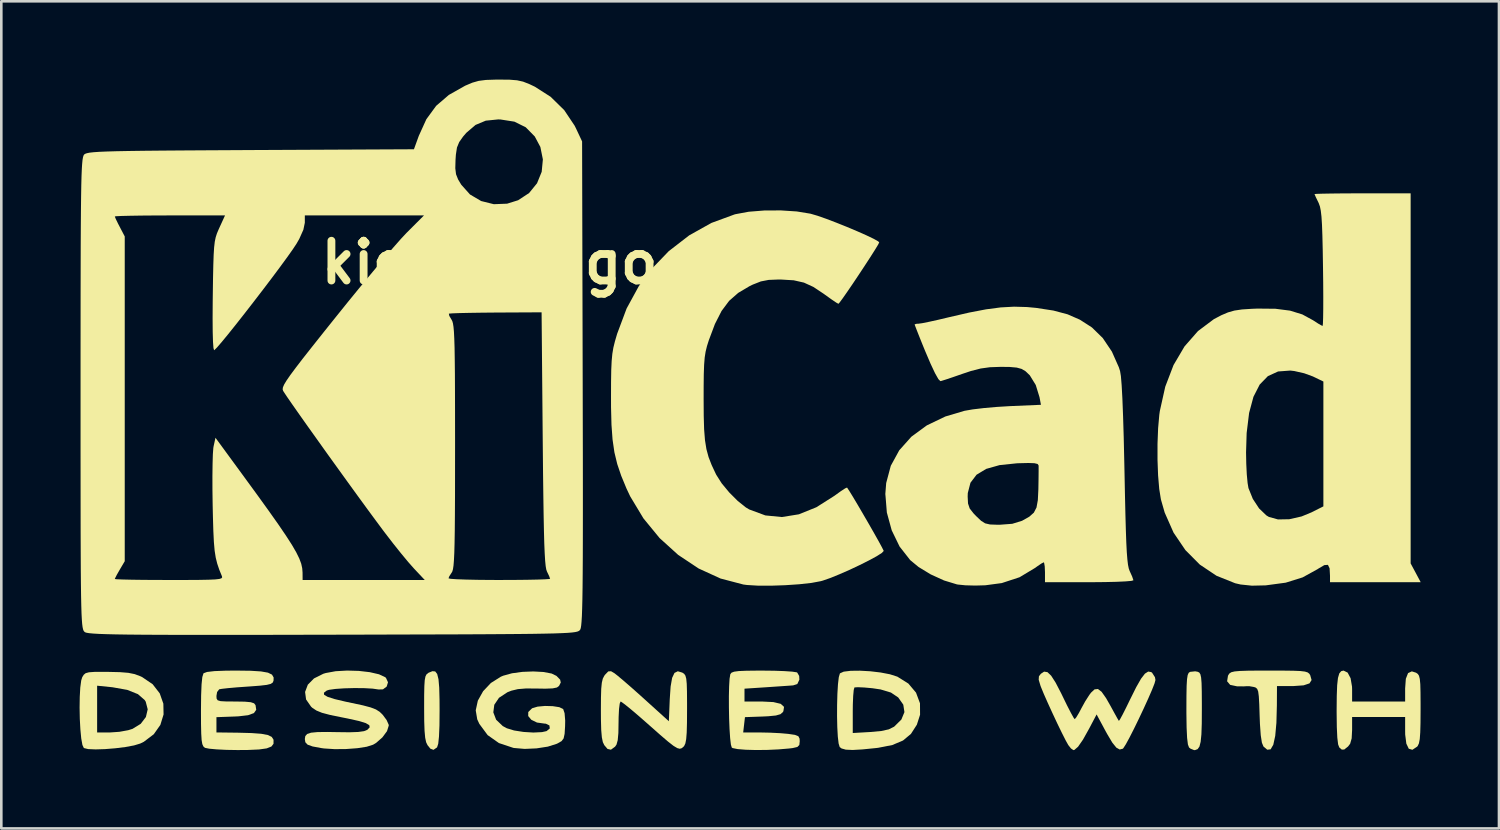
<source format=kicad_pcb>
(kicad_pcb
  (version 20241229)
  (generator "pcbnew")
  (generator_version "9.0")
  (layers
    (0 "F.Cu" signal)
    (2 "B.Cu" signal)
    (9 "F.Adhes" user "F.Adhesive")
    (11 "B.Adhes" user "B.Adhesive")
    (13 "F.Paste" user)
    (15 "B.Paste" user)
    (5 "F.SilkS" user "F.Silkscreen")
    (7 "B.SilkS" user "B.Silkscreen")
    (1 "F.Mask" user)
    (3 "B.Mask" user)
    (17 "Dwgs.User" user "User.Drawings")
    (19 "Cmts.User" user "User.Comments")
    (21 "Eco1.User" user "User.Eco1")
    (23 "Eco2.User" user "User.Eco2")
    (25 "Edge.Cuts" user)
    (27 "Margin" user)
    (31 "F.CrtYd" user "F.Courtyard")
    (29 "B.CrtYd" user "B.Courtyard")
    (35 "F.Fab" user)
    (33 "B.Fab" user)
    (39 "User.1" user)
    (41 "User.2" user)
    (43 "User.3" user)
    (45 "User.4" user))
  (footprint "kicad-logo"
    (layer "F.Cu")
    (at 25.31 12.91)
    (property "Reference" "kicad-logo" (at -9.6 -5.9 0) (layer "F.SilkS") (effects (font (size 1.524 1.524) (thickness 0.3))))
    (attr board_only exclude_from_pos_files exclude_from_bom)
    (fp_poly (pts (xy -11.682 9.77) (xy -11.607 9.867) (xy -11.557 10.068) (xy -11.529 10.392) (xy -11.517 10.855) (xy -11.515 11.254) (xy -11.52 11.839) (xy -11.538 12.265) (xy -11.567 12.54) (xy -11.61 12.675) (xy -11.616 12.683) (xy -11.749 12.774) (xy -11.867 12.73) (xy -11.976 12.596) (xy -12.03 12.484) (xy -12.067 12.31) (xy -12.091 12.047) (xy -12.104 11.668) (xy -12.107 11.16) (xy -12.106 10.675) (xy -12.099 10.331) (xy -12.084 10.102) (xy -12.056 9.96) (xy -12.013 9.878) (xy -11.95 9.828) (xy -11.933 9.818) (xy -11.789 9.76)) (stroke (width 0) (type solid)) (fill yes) (layer "F.SilkS"))
    (fp_poly (pts (xy 17.538 9.783) (xy 17.597 9.813) (xy 17.639 9.879) (xy 17.667 10.004) (xy 17.684 10.214) (xy 17.692 10.534) (xy 17.695 10.988) (xy 17.695 11.207) (xy 17.692 11.767) (xy 17.678 12.18) (xy 17.649 12.466) (xy 17.603 12.648) (xy 17.534 12.746) (xy 17.439 12.783) (xy 17.399 12.785) (xy 17.262 12.73) (xy 17.204 12.683) (xy 17.161 12.568) (xy 17.13 12.317) (xy 17.111 11.919) (xy 17.103 11.364) (xy 17.103 11.21) (xy 17.105 10.692) (xy 17.112 10.319) (xy 17.127 10.066) (xy 17.152 9.909) (xy 17.19 9.824) (xy 17.242 9.786) (xy 17.44 9.765)) (stroke (width 0) (type solid)) (fill yes) (layer "F.SilkS"))
    (fp_poly (pts (xy 20.811 9.738) (xy 21.2 9.743) (xy 21.47 9.754) (xy 21.645 9.775) (xy 21.751 9.808) (xy 21.811 9.856) (xy 21.847 9.911) (xy 21.9 10.099) (xy 21.82 10.227) (xy 21.596 10.302) (xy 21.218 10.329) (xy 21.156 10.329) (xy 20.574 10.329) (xy 20.57 11.07) (xy 20.552 11.738) (xy 20.507 12.239) (xy 20.433 12.578) (xy 20.331 12.754) (xy 20.201 12.769) (xy 20.055 12.645) (xy 19.996 12.499) (xy 19.952 12.215) (xy 19.921 11.781) (xy 19.909 11.459) (xy 19.895 11.022) (xy 19.878 10.725) (xy 19.854 10.54) (xy 19.815 10.437) (xy 19.756 10.387) (xy 19.692 10.366) (xy 19.51 10.334) (xy 19.426 10.334) (xy 19.294 10.342) (xy 19.074 10.34) (xy 19.038 10.339) (xy 18.78 10.284) (xy 18.663 10.147) (xy 18.696 9.937) (xy 18.715 9.9) (xy 18.757 9.841) (xy 18.829 9.798) (xy 18.954 9.769) (xy 19.157 9.751) (xy 19.463 9.741) (xy 19.897 9.737) (xy 20.278 9.737)) (stroke (width 0) (type solid)) (fill yes) (layer "F.SilkS"))
    (fp_poly (pts (xy 23.282 9.815) (xy 23.395 10.03) (xy 23.45 10.354) (xy 23.453 10.462) (xy 23.453 10.922) (xy 25.485 10.922) (xy 25.485 10.424) (xy 25.512 10.051) (xy 25.597 9.833) (xy 25.742 9.767) (xy 25.903 9.818) (xy 25.969 9.864) (xy 26.016 9.934) (xy 26.047 10.057) (xy 26.066 10.258) (xy 26.074 10.565) (xy 26.077 11.004) (xy 26.077 11.215) (xy 26.074 11.733) (xy 26.064 12.106) (xy 26.045 12.363) (xy 26.013 12.527) (xy 25.966 12.626) (xy 25.944 12.652) (xy 25.763 12.772) (xy 25.624 12.731) (xy 25.531 12.536) (xy 25.487 12.19) (xy 25.485 12.048) (xy 25.485 11.515) (xy 23.453 11.515) (xy 23.453 12.01) (xy 23.436 12.336) (xy 23.378 12.54) (xy 23.298 12.645) (xy 23.153 12.761) (xy 23.058 12.765) (xy 22.962 12.683) (xy 22.917 12.565) (xy 22.886 12.308) (xy 22.867 11.901) (xy 22.86 11.336) (xy 22.86 11.261) (xy 22.865 10.706) (xy 22.88 10.299) (xy 22.911 10.02) (xy 22.961 9.847) (xy 23.033 9.76) (xy 23.125 9.737)) (stroke (width 0) (type solid)) (fill yes) (layer "F.SilkS"))
    (fp_poly (pts (xy -24.201 9.787) (xy -23.761 9.797) (xy -23.443 9.823) (xy -23.2 9.872) (xy -22.985 9.952) (xy -22.914 9.985) (xy -22.51 10.26) (xy -22.239 10.61) (xy -22.1 11.005) (xy -22.092 11.418) (xy -22.215 11.818) (xy -22.467 12.176) (xy -22.848 12.465) (xy -22.987 12.533) (xy -23.221 12.604) (xy -23.553 12.666) (xy -23.939 12.714) (xy -24.335 12.746) (xy -24.697 12.757) (xy -24.981 12.745) (xy -25.144 12.706) (xy -25.146 12.705) (xy -25.202 12.587) (xy -25.247 12.336) (xy -25.269 12.107) (xy -24.638 12.107) (xy -24.132 12.107) (xy -23.784 12.083) (xy -23.445 12.021) (xy -23.282 11.97) (xy -22.968 11.777) (xy -22.769 11.516) (xy -22.7 11.221) (xy -22.776 10.929) (xy -22.815 10.867) (xy -23.074 10.64) (xy -23.486 10.476) (xy -24.049 10.376) (xy -24.067 10.374) (xy -24.638 10.316) (xy -24.638 12.107) (xy -25.269 12.107) (xy -25.28 11.99) (xy -25.302 11.586) (xy -25.31 11.159) (xy -25.304 10.748) (xy -25.284 10.388) (xy -25.248 10.116) (xy -25.209 9.991) (xy -25.151 9.897) (xy -25.077 9.836) (xy -24.951 9.802) (xy -24.74 9.787) (xy -24.41 9.785)) (stroke (width 0) (type solid)) (fill yes) (layer "F.SilkS"))
    (fp_poly (pts (xy 4.988 9.763) (xy 5.385 9.81) (xy 5.744 9.879) (xy 6.022 9.968) (xy 6.029 9.971) (xy 6.45 10.235) (xy 6.742 10.582) (xy 6.894 10.989) (xy 6.897 11.429) (xy 6.774 11.811) (xy 6.548 12.162) (xy 6.244 12.416) (xy 5.835 12.589) (xy 5.295 12.695) (xy 5.223 12.704) (xy 4.696 12.757) (xy 4.313 12.779) (xy 4.051 12.767) (xy 3.888 12.721) (xy 3.817 12.666) (xy 3.776 12.531) (xy 3.745 12.265) (xy 3.725 11.904) (xy 3.716 11.486) (xy 3.717 11.277) (xy 4.318 11.277) (xy 4.318 12.129) (xy 4.999 12.09) (xy 5.412 12.052) (xy 5.697 11.989) (xy 5.895 11.891) (xy 5.909 11.881) (xy 6.181 11.612) (xy 6.298 11.328) (xy 6.255 11.048) (xy 6.249 11.035) (xy 6.059 10.766) (xy 5.781 10.579) (xy 5.386 10.46) (xy 5.07 10.413) (xy 4.76 10.385) (xy 4.516 10.374) (xy 4.388 10.382) (xy 4.382 10.384) (xy 4.355 10.48) (xy 4.334 10.708) (xy 4.321 11.029) (xy 4.318 11.277) (xy 3.717 11.277) (xy 3.718 11.048) (xy 3.729 10.628) (xy 3.751 10.263) (xy 3.783 9.989) (xy 3.825 9.846) (xy 3.828 9.842) (xy 3.971 9.778) (xy 4.24 9.745) (xy 4.592 9.741)) (stroke (width 0) (type solid)) (fill yes) (layer "F.SilkS"))
    (fp_poly (pts (xy 1.317 9.743) (xy 1.701 9.757) (xy 1.995 9.777) (xy 2.165 9.802) (xy 2.188 9.811) (xy 2.265 9.942) (xy 2.272 10.085) (xy 2.193 10.252) (xy 2.032 10.304) (xy 1.857 10.317) (xy 1.562 10.337) (xy 1.198 10.362) (xy 0.995 10.376) (xy 0.169 10.43) (xy 0.169 10.922) (xy 0.836 10.922) (xy 1.276 10.944) (xy 1.557 11.011) (xy 1.684 11.127) (xy 1.66 11.292) (xy 1.637 11.331) (xy 1.547 11.408) (xy 1.372 11.458) (xy 1.078 11.487) (xy 0.868 11.497) (xy 0.187 11.521) (xy 0.153 11.814) (xy 0.119 12.107) (xy 0.758 12.108) (xy 1.149 12.116) (xy 1.546 12.136) (xy 1.841 12.162) (xy 2.1 12.2) (xy 2.233 12.252) (xy 2.28 12.344) (xy 2.286 12.446) (xy 2.271 12.587) (xy 2.195 12.664) (xy 2.015 12.706) (xy 1.884 12.722) (xy 1.471 12.757) (xy 1.031 12.777) (xy 0.599 12.781) (xy 0.212 12.77) (xy -0.094 12.745) (xy -0.283 12.707) (xy -0.318 12.687) (xy -0.352 12.572) (xy -0.381 12.323) (xy -0.404 11.978) (xy -0.42 11.571) (xy -0.428 11.138) (xy -0.429 10.717) (xy -0.42 10.343) (xy -0.403 10.051) (xy -0.375 9.878) (xy -0.372 9.871) (xy -0.328 9.817) (xy -0.229 9.779) (xy -0.048 9.755) (xy 0.241 9.743) (xy 0.663 9.738) (xy 0.877 9.738)) (stroke (width 0) (type solid)) (fill yes) (layer "F.SilkS"))
    (fp_poly (pts (xy -4.816 9.837) (xy -4.683 9.941) (xy -4.453 10.135) (xy -4.154 10.394) (xy -3.815 10.696) (xy -3.672 10.825) (xy -2.729 11.678) (xy -2.695 10.834) (xy -2.662 10.348) (xy -2.604 10.016) (xy -2.514 9.826) (xy -2.387 9.763) (xy -2.215 9.814) (xy -2.211 9.816) (xy -2.143 9.861) (xy -2.095 9.93) (xy -2.063 10.049) (xy -2.044 10.244) (xy -2.035 10.543) (xy -2.032 10.973) (xy -2.032 11.215) (xy -2.035 11.733) (xy -2.045 12.107) (xy -2.065 12.363) (xy -2.097 12.528) (xy -2.143 12.626) (xy -2.165 12.651) (xy -2.235 12.711) (xy -2.311 12.733) (xy -2.412 12.706) (xy -2.557 12.617) (xy -2.765 12.454) (xy -3.057 12.204) (xy -3.451 11.856) (xy -3.541 11.776) (xy -3.88 11.479) (xy -4.177 11.227) (xy -4.408 11.039) (xy -4.549 10.936) (xy -4.579 10.922) (xy -4.612 11) (xy -4.639 11.211) (xy -4.654 11.518) (xy -4.657 11.72) (xy -4.664 12.131) (xy -4.689 12.405) (xy -4.736 12.574) (xy -4.79 12.652) (xy -4.949 12.769) (xy -5.08 12.739) (xy -5.202 12.596) (xy -5.259 12.479) (xy -5.297 12.295) (xy -5.321 12.018) (xy -5.332 11.619) (xy -5.334 11.251) (xy -5.331 10.774) (xy -5.321 10.435) (xy -5.298 10.203) (xy -5.261 10.047) (xy -5.205 9.938) (xy -5.176 9.898) (xy -5.051 9.768) (xy -4.944 9.762)) (stroke (width 0) (type solid)) (fill yes) (layer "F.SilkS"))
    (fp_poly (pts (xy -7.534 9.791) (xy -7.221 9.85) (xy -7.036 9.94) (xy -6.896 10.084) (xy -6.871 10.193) (xy -6.938 10.325) (xy -7.018 10.385) (xy -7.182 10.419) (xy -7.461 10.43) (xy -7.779 10.425) (xy -8.204 10.422) (xy -8.514 10.447) (xy -8.762 10.507) (xy -8.914 10.566) (xy -9.238 10.779) (xy -9.419 11.047) (xy -9.456 11.338) (xy -9.348 11.62) (xy -9.095 11.862) (xy -8.939 11.947) (xy -8.66 12.032) (xy -8.299 12.088) (xy -7.921 12.111) (xy -7.591 12.095) (xy -7.415 12.056) (xy -7.292 11.954) (xy -7.307 11.839) (xy -7.444 11.771) (xy -7.487 11.769) (xy -7.783 11.728) (xy -8 11.622) (xy -8.119 11.479) (xy -8.117 11.324) (xy -7.973 11.184) (xy -7.964 11.179) (xy -7.759 11.118) (xy -7.477 11.092) (xy -7.18 11.1) (xy -6.928 11.139) (xy -6.781 11.209) (xy -6.779 11.211) (xy -6.725 11.37) (xy -6.702 11.653) (xy -6.706 11.867) (xy -6.724 12.161) (xy -6.762 12.336) (xy -6.841 12.44) (xy -6.985 12.523) (xy -7.027 12.543) (xy -7.367 12.651) (xy -7.8 12.718) (xy -8.256 12.738) (xy -8.662 12.703) (xy -8.693 12.697) (xy -9.242 12.514) (xy -9.674 12.209) (xy -9.991 11.78) (xy -10.072 11.606) (xy -10.13 11.26) (xy -10.049 10.889) (xy -9.848 10.529) (xy -9.549 10.212) (xy -9.171 9.973) (xy -9.077 9.933) (xy -8.74 9.84) (xy -8.34 9.786) (xy -7.923 9.77)) (stroke (width 0) (type solid)) (fill yes) (layer "F.SilkS"))
    (fp_poly (pts (xy -18.756 9.744) (xy -18.359 9.769) (xy -18.092 9.816) (xy -17.937 9.892) (xy -17.874 10.002) (xy -17.878 10.123) (xy -17.908 10.195) (xy -17.985 10.247) (xy -18.139 10.285) (xy -18.398 10.315) (xy -18.792 10.345) (xy -18.882 10.351) (xy -19.278 10.379) (xy -19.616 10.409) (xy -19.857 10.436) (xy -19.96 10.454) (xy -20.041 10.559) (xy -20.066 10.708) (xy -20.06 10.811) (xy -20.019 10.875) (xy -19.909 10.908) (xy -19.698 10.92) (xy -19.351 10.922) (xy -19.344 10.922) (xy -18.979 10.928) (xy -18.75 10.949) (xy -18.624 10.991) (xy -18.568 11.061) (xy -18.541 11.24) (xy -18.631 11.366) (xy -18.854 11.447) (xy -19.223 11.49) (xy -19.376 11.497) (xy -20.066 11.522) (xy -20.066 12.107) (xy -19.241 12.117) (xy -18.719 12.131) (xy -18.345 12.159) (xy -18.096 12.206) (xy -17.949 12.277) (xy -17.883 12.377) (xy -17.878 12.399) (xy -17.879 12.542) (xy -17.96 12.647) (xy -18.139 12.718) (xy -18.436 12.76) (xy -18.869 12.779) (xy -19.257 12.782) (xy -19.684 12.775) (xy -20.058 12.756) (xy -20.343 12.73) (xy -20.501 12.698) (xy -20.511 12.693) (xy -20.567 12.644) (xy -20.607 12.554) (xy -20.634 12.398) (xy -20.649 12.151) (xy -20.657 11.785) (xy -20.659 11.277) (xy -20.659 11.273) (xy -20.653 10.687) (xy -20.636 10.261) (xy -20.607 9.984) (xy -20.564 9.847) (xy -20.557 9.838) (xy -20.426 9.79) (xy -20.143 9.757) (xy -19.701 9.74) (xy -19.303 9.737)) (stroke (width 0) (type solid)) (fill yes) (layer "F.SilkS"))
    (fp_poly (pts (xy 15.753 9.794) (xy 15.789 9.82) (xy 15.898 9.991) (xy 15.917 10.098) (xy 15.882 10.229) (xy 15.785 10.476) (xy 15.642 10.805) (xy 15.469 11.185) (xy 15.281 11.583) (xy 15.094 11.967) (xy 14.922 12.305) (xy 14.781 12.563) (xy 14.686 12.711) (xy 14.666 12.731) (xy 14.547 12.761) (xy 14.419 12.69) (xy 14.266 12.501) (xy 14.072 12.176) (xy 14.006 12.057) (xy 13.662 11.417) (xy 13.38 11.953) (xy 13.141 12.381) (xy 12.952 12.654) (xy 12.811 12.777) (xy 12.773 12.785) (xy 12.68 12.721) (xy 12.579 12.594) (xy 12.481 12.42) (xy 12.335 12.132) (xy 12.158 11.768) (xy 11.971 11.369) (xy 11.791 10.975) (xy 11.637 10.627) (xy 11.529 10.364) (xy 11.508 10.307) (xy 11.443 10.088) (xy 11.452 9.956) (xy 11.525 9.86) (xy 11.651 9.777) (xy 11.779 9.797) (xy 11.921 9.933) (xy 12.092 10.199) (xy 12.304 10.607) (xy 12.358 10.719) (xy 12.527 11.066) (xy 12.672 11.348) (xy 12.776 11.536) (xy 12.823 11.599) (xy 12.882 11.53) (xy 12.988 11.354) (xy 13.071 11.196) (xy 13.224 10.918) (xy 13.383 10.67) (xy 13.448 10.583) (xy 13.583 10.457) (xy 13.713 10.442) (xy 13.854 10.55) (xy 14.025 10.793) (xy 14.195 11.091) (xy 14.342 11.36) (xy 14.455 11.564) (xy 14.514 11.662) (xy 14.516 11.665) (xy 14.56 11.604) (xy 14.66 11.419) (xy 14.801 11.14) (xy 14.947 10.84) (xy 15.18 10.372) (xy 15.365 10.048) (xy 15.514 9.854) (xy 15.639 9.774)) (stroke (width 0) (type solid)) (fill yes) (layer "F.SilkS"))
    (fp_poly (pts (xy -14.611 9.749) (xy -14.188 9.798) (xy -13.837 9.879) (xy -13.601 9.989) (xy -13.569 10.017) (xy -13.492 10.185) (xy -13.542 10.349) (xy -13.685 10.456) (xy -13.854 10.461) (xy -14.083 10.428) (xy -14.41 10.41) (xy -14.788 10.407) (xy -15.169 10.417) (xy -15.506 10.44) (xy -15.752 10.474) (xy -15.838 10.502) (xy -15.947 10.585) (xy -15.941 10.663) (xy -15.808 10.742) (xy -15.536 10.829) (xy -15.113 10.929) (xy -14.882 10.978) (xy -14.454 11.069) (xy -14.157 11.148) (xy -13.954 11.226) (xy -13.809 11.319) (xy -13.695 11.43) (xy -13.546 11.631) (xy -13.466 11.809) (xy -13.462 11.843) (xy -13.53 12.058) (xy -13.706 12.296) (xy -13.945 12.506) (xy -14.063 12.577) (xy -14.307 12.655) (xy -14.667 12.711) (xy -15.095 12.743) (xy -15.537 12.747) (xy -15.943 12.721) (xy -16.057 12.705) (xy -16.382 12.644) (xy -16.572 12.576) (xy -16.659 12.484) (xy -16.679 12.361) (xy -16.661 12.246) (xy -16.59 12.166) (xy -16.441 12.117) (xy -16.19 12.093) (xy -15.812 12.089) (xy -15.453 12.095) (xy -14.97 12.101) (xy -14.632 12.089) (xy -14.411 12.058) (xy -14.284 12.006) (xy -14.28 12.003) (xy -14.193 11.91) (xy -14.21 11.828) (xy -14.345 11.749) (xy -14.614 11.667) (xy -15.029 11.575) (xy -15.275 11.526) (xy -15.714 11.436) (xy -16.021 11.355) (xy -16.234 11.268) (xy -16.39 11.165) (xy -16.439 11.12) (xy -16.631 10.844) (xy -16.669 10.555) (xy -16.564 10.277) (xy -16.327 10.037) (xy -15.969 9.858) (xy -15.875 9.83) (xy -15.497 9.761) (xy -15.061 9.736)) (stroke (width 0) (type solid)) (fill yes) (layer "F.SilkS"))
    (fp_poly (pts (xy 25.696 -8.551) (xy 25.696 5.63) (xy 25.889 5.99) (xy 26.081 6.35) (xy 22.606 6.35) (xy 22.606 6.103) (xy 22.59 5.817) (xy 22.526 5.685) (xy 22.389 5.695) (xy 22.154 5.833) (xy 22.125 5.853) (xy 21.556 6.166) (xy 20.909 6.368) (xy 20.151 6.47) (xy 20.149 6.471) (xy 19.613 6.483) (xy 19.18 6.438) (xy 18.972 6.39) (xy 18.258 6.104) (xy 17.618 5.676) (xy 17.064 5.119) (xy 16.61 4.449) (xy 16.271 3.682) (xy 16.126 3.177) (xy 16.062 2.777) (xy 16.018 2.256) (xy 15.996 1.663) (xy 15.996 1.371) (xy 19.389 1.371) (xy 19.397 1.81) (xy 19.417 2.218) (xy 19.448 2.548) (xy 19.481 2.744) (xy 19.648 3.157) (xy 19.888 3.523) (xy 20.167 3.79) (xy 20.263 3.848) (xy 20.613 3.945) (xy 21.046 3.937) (xy 21.518 3.83) (xy 21.896 3.674) (xy 22.352 3.444) (xy 22.352 -1.34) (xy 21.951 -1.534) (xy 21.617 -1.656) (xy 21.238 -1.742) (xy 21.083 -1.76) (xy 20.616 -1.725) (xy 20.226 -1.547) (xy 19.912 -1.224) (xy 19.672 -0.754) (xy 19.506 -0.136) (xy 19.412 0.632) (xy 19.389 1.371) (xy 15.996 1.371) (xy 15.996 1.046) (xy 16.019 0.452) (xy 16.065 -0.069) (xy 16.085 -0.21) (xy 16.293 -1.143) (xy 16.61 -1.971) (xy 17.031 -2.685) (xy 17.548 -3.275) (xy 18.156 -3.73) (xy 18.443 -3.881) (xy 18.697 -3.989) (xy 18.943 -4.059) (xy 19.233 -4.102) (xy 19.619 -4.127) (xy 19.828 -4.135) (xy 20.515 -4.128) (xy 21.076 -4.056) (xy 21.546 -3.911) (xy 21.959 -3.686) (xy 21.96 -3.685) (xy 22.16 -3.556) (xy 22.296 -3.48) (xy 22.323 -3.471) (xy 22.334 -3.552) (xy 22.342 -3.78) (xy 22.347 -4.134) (xy 22.348 -4.59) (xy 22.345 -5.127) (xy 22.338 -5.694) (xy 22.327 -6.386) (xy 22.314 -6.93) (xy 22.299 -7.347) (xy 22.279 -7.658) (xy 22.253 -7.884) (xy 22.22 -8.047) (xy 22.177 -8.167) (xy 22.16 -8.205) (xy 22.066 -8.397) (xy 22.016 -8.512) (xy 22.013 -8.522) (xy 22.094 -8.531) (xy 22.32 -8.538) (xy 22.666 -8.544) (xy 23.109 -8.549) (xy 23.624 -8.551) (xy 23.855 -8.551)) (stroke (width 0) (type solid)) (fill yes) (layer "F.SilkS"))
    (fp_poly (pts (xy 2.174 -7.857) (xy 2.693 -7.772) (xy 2.716 -7.766) (xy 2.968 -7.692) (xy 3.302 -7.575) (xy 3.687 -7.428) (xy 4.091 -7.266) (xy 4.485 -7.1) (xy 4.837 -6.944) (xy 5.115 -6.811) (xy 5.289 -6.714) (xy 5.332 -6.672) (xy 5.289 -6.584) (xy 5.169 -6.387) (xy 4.993 -6.11) (xy 4.779 -5.781) (xy 4.546 -5.428) (xy 4.314 -5.081) (xy 4.1 -4.768) (xy 3.925 -4.518) (xy 3.808 -4.36) (xy 3.768 -4.318) (xy 3.684 -4.365) (xy 3.502 -4.488) (xy 3.257 -4.663) (xy 3.211 -4.697) (xy 2.812 -4.963) (xy 2.448 -5.13) (xy 2.056 -5.219) (xy 1.573 -5.248) (xy 1.474 -5.249) (xy 1.095 -5.234) (xy 0.796 -5.176) (xy 0.486 -5.054) (xy 0.357 -4.991) (xy -0.071 -4.737) (xy -0.42 -4.431) (xy -0.71 -4.043) (xy -0.964 -3.544) (xy -1.2 -2.915) (xy -1.269 -2.696) (xy -1.32 -2.488) (xy -1.356 -2.261) (xy -1.378 -1.983) (xy -1.391 -1.624) (xy -1.396 -1.151) (xy -1.397 -0.677) (xy -1.393 -0.024) (xy -1.378 0.493) (xy -1.345 0.907) (xy -1.29 1.251) (xy -1.207 1.557) (xy -1.09 1.859) (xy -0.935 2.189) (xy -0.912 2.235) (xy -0.705 2.561) (xy -0.415 2.911) (xy -0.09 3.236) (xy 0.223 3.486) (xy 0.35 3.562) (xy 0.969 3.791) (xy 1.603 3.853) (xy 2.255 3.748) (xy 2.925 3.477) (xy 3.617 3.038) (xy 3.626 3.031) (xy 3.857 2.865) (xy 4.027 2.754) (xy 4.099 2.723) (xy 4.183 2.849) (xy 4.326 3.081) (xy 4.51 3.39) (xy 4.717 3.744) (xy 4.931 4.113) (xy 5.134 4.468) (xy 5.308 4.777) (xy 5.435 5.011) (xy 5.499 5.139) (xy 5.503 5.153) (xy 5.43 5.23) (xy 5.232 5.356) (xy 4.939 5.515) (xy 4.584 5.693) (xy 4.199 5.875) (xy 3.813 6.044) (xy 3.46 6.188) (xy 3.17 6.289) (xy 3.09 6.311) (xy 2.736 6.377) (xy 2.266 6.429) (xy 1.731 6.465) (xy 1.184 6.484) (xy 0.678 6.482) (xy 0.264 6.457) (xy 0.127 6.439) (xy -0.749 6.209) (xy -1.588 5.825) (xy -2.373 5.303) (xy -3.084 4.659) (xy -3.702 3.906) (xy -4.211 3.061) (xy -4.354 2.758) (xy -4.555 2.272) (xy -4.707 1.823) (xy -4.816 1.372) (xy -4.887 0.883) (xy -4.928 0.319) (xy -4.945 -0.358) (xy -4.946 -0.762) (xy -4.944 -1.342) (xy -4.937 -1.786) (xy -4.921 -2.128) (xy -4.895 -2.402) (xy -4.855 -2.641) (xy -4.796 -2.879) (xy -4.717 -3.149) (xy -4.71 -3.172) (xy -4.348 -4.139) (xy -3.881 -4.994) (xy -3.424 -5.618) (xy -2.734 -6.335) (xy -1.95 -6.941) (xy -1.099 -7.417) (xy -0.212 -7.743) (xy -0.169 -7.754) (xy 0.33 -7.846) (xy 0.929 -7.894) (xy 1.565 -7.897)) (stroke (width 0) (type solid)) (fill yes) (layer "F.SilkS"))
    (fp_poly (pts (xy 10.993 -4.194) (xy 11.339 -4.162) (xy 12.006 -4.06) (xy 12.551 -3.915) (xy 13.02 -3.71) (xy 13.459 -3.428) (xy 13.492 -3.403) (xy 13.898 -3.006) (xy 14.248 -2.486) (xy 14.515 -1.884) (xy 14.562 -1.736) (xy 14.593 -1.548) (xy 14.622 -1.196) (xy 14.65 -0.684) (xy 14.676 -0.018) (xy 14.701 0.798) (xy 14.723 1.759) (xy 14.731 2.132) (xy 14.749 3.022) (xy 14.766 3.759) (xy 14.783 4.357) (xy 14.8 4.833) (xy 14.819 5.202) (xy 14.841 5.479) (xy 14.865 5.681) (xy 14.894 5.823) (xy 14.928 5.92) (xy 14.935 5.934) (xy 15.025 6.134) (xy 15.07 6.268) (xy 15.071 6.278) (xy 14.99 6.3) (xy 14.766 6.319) (xy 14.423 6.335) (xy 13.986 6.345) (xy 13.482 6.35) (xy 13.377 6.35) (xy 11.684 6.35) (xy 11.684 5.969) (xy 11.674 5.742) (xy 11.65 5.605) (xy 11.636 5.588) (xy 11.545 5.635) (xy 11.375 5.751) (xy 11.315 5.796) (xy 10.71 6.16) (xy 10.027 6.384) (xy 9.398 6.468) (xy 9.01 6.479) (xy 8.636 6.469) (xy 8.347 6.44) (xy 8.307 6.433) (xy 7.815 6.283) (xy 7.304 6.05) (xy 6.839 5.767) (xy 6.519 5.503) (xy 6.113 4.985) (xy 5.811 4.363) (xy 5.624 3.679) (xy 5.575 3.069) (xy 8.721 3.069) (xy 8.735 3.335) (xy 8.799 3.525) (xy 8.947 3.714) (xy 9.049 3.82) (xy 9.236 3.997) (xy 9.391 4.095) (xy 9.577 4.138) (xy 9.854 4.148) (xy 9.942 4.149) (xy 10.431 4.112) (xy 10.798 3.999) (xy 10.82 3.988) (xy 11.084 3.839) (xy 11.257 3.685) (xy 11.359 3.488) (xy 11.41 3.206) (xy 11.43 2.8) (xy 11.431 2.752) (xy 11.437 2.399) (xy 11.44 2.104) (xy 11.44 1.913) (xy 11.438 1.874) (xy 11.401 1.82) (xy 11.279 1.79) (xy 11.047 1.782) (xy 10.677 1.791) (xy 10.604 1.794) (xy 9.944 1.863) (xy 9.431 2.008) (xy 9.061 2.232) (xy 8.828 2.539) (xy 8.726 2.933) (xy 8.721 3.069) (xy 5.575 3.069) (xy 5.566 2.97) (xy 5.599 2.549) (xy 5.775 1.889) (xy 6.1 1.295) (xy 6.564 0.775) (xy 7.156 0.341) (xy 7.865 0.000416) (xy 8.601 -0.218) (xy 8.914 -0.272) (xy 9.341 -0.323) (xy 9.829 -0.366) (xy 10.322 -0.396) (xy 10.358 -0.398) (xy 11.529 -0.448) (xy 11.474 -0.74) (xy 11.33 -1.207) (xy 11.101 -1.579) (xy 10.936 -1.736) (xy 10.788 -1.823) (xy 10.601 -1.874) (xy 10.33 -1.898) (xy 9.991 -1.902) (xy 9.576 -1.888) (xy 9.22 -1.839) (xy 8.846 -1.743) (xy 8.499 -1.627) (xy 8.163 -1.51) (xy 7.889 -1.418) (xy 7.716 -1.364) (xy 7.675 -1.355) (xy 7.598 -1.433) (xy 7.471 -1.658) (xy 7.301 -2.019) (xy 7.094 -2.503) (xy 6.994 -2.747) (xy 6.863 -3.074) (xy 6.76 -3.335) (xy 6.699 -3.496) (xy 6.689 -3.53) (xy 6.759 -3.552) (xy 6.839 -3.556) (xy 6.976 -3.575) (xy 7.24 -3.628) (xy 7.593 -3.706) (xy 7.997 -3.802) (xy 8.006 -3.804) (xy 8.777 -3.982) (xy 9.425 -4.106) (xy 9.986 -4.18) (xy 10.497 -4.208)) (stroke (width 0) (type solid)) (fill yes) (layer "F.SilkS"))
    (fp_poly (pts (xy -8.831 -12.906) (xy -8.546 -12.883) (xy -8.313 -12.831) (xy -8.072 -12.736) (xy -7.864 -12.637) (xy -7.26 -12.251) (xy -6.739 -11.74) (xy -6.339 -11.142) (xy -6.281 -11.025) (xy -6.054 -10.541) (xy -6.031 -1.267) (xy -6.028 0.209) (xy -6.025 1.525) (xy -6.024 2.689) (xy -6.024 3.712) (xy -6.025 4.601) (xy -6.027 5.366) (xy -6.031 6.016) (xy -6.036 6.561) (xy -6.043 7.008) (xy -6.052 7.367) (xy -6.062 7.648) (xy -6.075 7.859) (xy -6.089 8.009) (xy -6.105 8.108) (xy -6.124 8.163) (xy -6.13 8.173) (xy -6.152 8.199) (xy -6.185 8.222) (xy -6.237 8.243) (xy -6.318 8.261) (xy -6.438 8.277) (xy -6.607 8.291) (xy -6.832 8.302) (xy -7.125 8.313) (xy -7.494 8.321) (xy -7.949 8.329) (xy -8.498 8.335) (xy -9.153 8.34) (xy -9.921 8.345) (xy -10.814 8.349) (xy -11.838 8.352) (xy -13.006 8.355) (xy -14.325 8.359) (xy -15.596 8.362) (xy -17.079 8.365) (xy -18.401 8.368) (xy -19.572 8.369) (xy -20.6 8.369) (xy -21.496 8.368) (xy -22.267 8.366) (xy -22.922 8.362) (xy -23.471 8.357) (xy -23.923 8.35) (xy -24.287 8.341) (xy -24.571 8.331) (xy -24.786 8.318) (xy -24.938 8.304) (xy -25.039 8.288) (xy -25.096 8.27) (xy -25.107 8.263) (xy -25.133 8.241) (xy -25.157 8.208) (xy -25.177 8.155) (xy -25.195 8.072) (xy -25.211 7.95) (xy -25.224 7.78) (xy -25.236 7.551) (xy -25.245 7.254) (xy -25.253 6.879) (xy -25.259 6.417) (xy -25.264 5.858) (xy -25.267 5.193) (xy -25.27 4.411) (xy -25.271 3.504) (xy -25.272 2.462) (xy -25.273 1.275) (xy -25.273 -0.066) (xy -25.273 -0.879) (xy -25.273 -2.317) (xy -25.272 -3.595) (xy -25.271 -4.723) (xy -25.269 -5.71) (xy -25.267 -6.566) (xy -25.263 -7.3) (xy -25.26 -7.665) (xy -23.961 -7.665) (xy -23.925 -7.573) (xy -23.833 -7.384) (xy -23.77 -7.263) (xy -23.58 -6.9) (xy -23.58 5.546) (xy -23.77 5.868) (xy -23.886 6.071) (xy -23.953 6.205) (xy -23.961 6.228) (xy -23.88 6.238) (xy -23.652 6.247) (xy -23.302 6.255) (xy -22.85 6.261) (xy -22.32 6.264) (xy -21.877 6.265) (xy -21.23 6.265) (xy -20.734 6.262) (xy -20.369 6.255) (xy -20.117 6.244) (xy -19.958 6.226) (xy -19.875 6.2) (xy -19.847 6.165) (xy -19.856 6.119) (xy -19.857 6.117) (xy -19.958 5.869) (xy -20.035 5.642) (xy -20.093 5.409) (xy -20.135 5.141) (xy -20.164 4.809) (xy -20.185 4.384) (xy -20.201 3.838) (xy -20.211 3.387) (xy -20.219 2.814) (xy -20.22 2.28) (xy -20.214 1.813) (xy -20.203 1.444) (xy -20.185 1.203) (xy -20.176 1.148) (xy -20.103 0.815) (xy -19.084 2.207) (xy -18.531 2.964) (xy -18.073 3.599) (xy -17.699 4.128) (xy -17.403 4.563) (xy -17.175 4.917) (xy -17.007 5.207) (xy -16.891 5.443) (xy -16.817 5.642) (xy -16.779 5.816) (xy -16.766 5.979) (xy -16.766 5.99) (xy -16.764 6.265) (xy -12.083 6.265) (xy -12.143 6.202) (xy -11.173 6.202) (xy -11.093 6.22) (xy -10.868 6.236) (xy -10.52 6.249) (xy -10.074 6.259) (xy -9.552 6.264) (xy -9.229 6.265) (xy -8.675 6.263) (xy -8.182 6.258) (xy -7.774 6.25) (xy -7.475 6.239) (xy -7.308 6.227) (xy -7.281 6.219) (xy -7.316 6.118) (xy -7.4 5.942) (xy -7.427 5.864) (xy -7.45 5.729) (xy -7.47 5.527) (xy -7.487 5.245) (xy -7.503 4.87) (xy -7.516 4.39) (xy -7.528 3.793) (xy -7.539 3.067) (xy -7.55 2.2) (xy -7.56 1.179) (xy -7.563 0.86) (xy -7.606 -3.992) (xy -9.366 -3.983) (xy -9.894 -3.978) (xy -10.361 -3.971) (xy -10.744 -3.963) (xy -11.015 -3.953) (xy -11.15 -3.942) (xy -11.16 -3.939) (xy -11.142 -3.854) (xy -11.058 -3.712) (xy -11.028 -3.655) (xy -11.003 -3.568) (xy -10.982 -3.435) (xy -10.965 -3.245) (xy -10.952 -2.984) (xy -10.941 -2.638) (xy -10.934 -2.193) (xy -10.928 -1.637) (xy -10.925 -0.956) (xy -10.923 -0.136) (xy -10.922 0.836) (xy -10.922 1.146) (xy -10.923 2.173) (xy -10.924 3.043) (xy -10.928 3.771) (xy -10.933 4.368) (xy -10.941 4.847) (xy -10.951 5.222) (xy -10.965 5.506) (xy -10.981 5.71) (xy -11.002 5.85) (xy -11.026 5.936) (xy -11.046 5.974) (xy -11.144 6.125) (xy -11.173 6.202) (xy -12.143 6.202) (xy -12.501 5.821) (xy -12.708 5.587) (xy -12.983 5.256) (xy -13.293 4.868) (xy -13.606 4.462) (xy -13.683 4.36) (xy -13.951 3.999) (xy -14.273 3.562) (xy -14.635 3.066) (xy -15.023 2.531) (xy -15.424 1.975) (xy -15.826 1.417) (xy -16.213 0.874) (xy -16.575 0.367) (xy -16.896 -0.087) (xy -17.164 -0.469) (xy -17.365 -0.76) (xy -17.486 -0.942) (xy -17.512 -0.986) (xy -17.529 -1.042) (xy -17.518 -1.118) (xy -17.472 -1.225) (xy -17.38 -1.378) (xy -17.235 -1.588) (xy -17.026 -1.869) (xy -16.746 -2.234) (xy -16.383 -2.694) (xy -15.93 -3.264) (xy -15.517 -3.78) (xy -15.028 -4.388) (xy -14.544 -4.981) (xy -14.082 -5.539) (xy -13.658 -6.043) (xy -13.29 -6.473) (xy -12.992 -6.811) (xy -12.782 -7.036) (xy -12.77 -7.048) (xy -12.113 -7.705) (xy -16.679 -7.705) (xy -16.679 -7.424) (xy -16.735 -7.156) (xy -16.892 -6.805) (xy -16.997 -6.622) (xy -17.137 -6.41) (xy -17.351 -6.108) (xy -17.623 -5.736) (xy -17.938 -5.314) (xy -18.281 -4.862) (xy -18.635 -4.401) (xy -18.986 -3.949) (xy -19.317 -3.528) (xy -19.614 -3.157) (xy -19.861 -2.857) (xy -20.043 -2.646) (xy -20.144 -2.546) (xy -20.156 -2.54) (xy -20.18 -2.623) (xy -20.198 -2.862) (xy -20.209 -3.245) (xy -20.213 -3.76) (xy -20.209 -4.395) (xy -20.206 -4.642) (xy -20.197 -5.294) (xy -20.186 -5.802) (xy -20.173 -6.188) (xy -20.155 -6.478) (xy -20.13 -6.696) (xy -20.095 -6.866) (xy -20.048 -7.013) (xy -19.986 -7.16) (xy -19.957 -7.224) (xy -19.737 -7.705) (xy -21.849 -7.705) (xy -22.427 -7.703) (xy -22.944 -7.699) (xy -23.379 -7.692) (xy -23.708 -7.684) (xy -23.908 -7.674) (xy -23.961 -7.665) (xy -25.26 -7.665) (xy -25.258 -7.922) (xy -25.252 -8.441) (xy -25.245 -8.866) (xy -25.236 -9.208) (xy -25.225 -9.475) (xy -25.223 -9.512) (xy -10.913 -9.512) (xy -10.885 -9.284) (xy -10.805 -9.083) (xy -10.685 -8.883) (xy -10.35 -8.508) (xy -9.922 -8.256) (xy -9.436 -8.135) (xy -8.927 -8.155) (xy -8.505 -8.287) (xy -8.085 -8.563) (xy -7.781 -8.937) (xy -7.602 -9.377) (xy -7.557 -9.852) (xy -7.653 -10.328) (xy -7.868 -10.731) (xy -8.214 -11.083) (xy -8.648 -11.298) (xy -9.184 -11.382) (xy -9.271 -11.384) (xy -9.746 -11.336) (xy -10.137 -11.173) (xy -10.489 -10.872) (xy -10.614 -10.727) (xy -10.763 -10.516) (xy -10.849 -10.307) (xy -10.891 -10.031) (xy -10.904 -9.838) (xy -10.913 -9.512) (xy -25.223 -9.512) (xy -25.212 -9.678) (xy -25.198 -9.826) (xy -25.181 -9.927) (xy -25.162 -9.993) (xy -25.141 -10.032) (xy -25.133 -10.04) (xy -25.095 -10.066) (xy -25.03 -10.089) (xy -24.927 -10.11) (xy -24.773 -10.127) (xy -24.559 -10.142) (xy -24.271 -10.154) (xy -23.899 -10.165) (xy -23.432 -10.174) (xy -22.857 -10.182) (xy -22.163 -10.189) (xy -21.339 -10.195) (xy -20.374 -10.201) (xy -19.255 -10.207) (xy -18.746 -10.21) (xy -12.498 -10.24) (xy -12.312 -10.753) (xy -12.022 -11.391) (xy -11.646 -11.905) (xy -11.159 -12.323) (xy -10.534 -12.676) (xy -10.527 -12.679) (xy -10.26 -12.792) (xy -10.017 -12.861) (xy -9.738 -12.897) (xy -9.366 -12.909) (xy -9.227 -12.91)) (stroke (width 0) (type solid)) (fill yes) (layer "F.SilkS")))
  (gr_rect
    (start -3 -3)
    (end 54.391 28.695)
    (stroke (width 0.1) (type default))
    (fill no)
    (layer "Edge.Cuts")))
</source>
